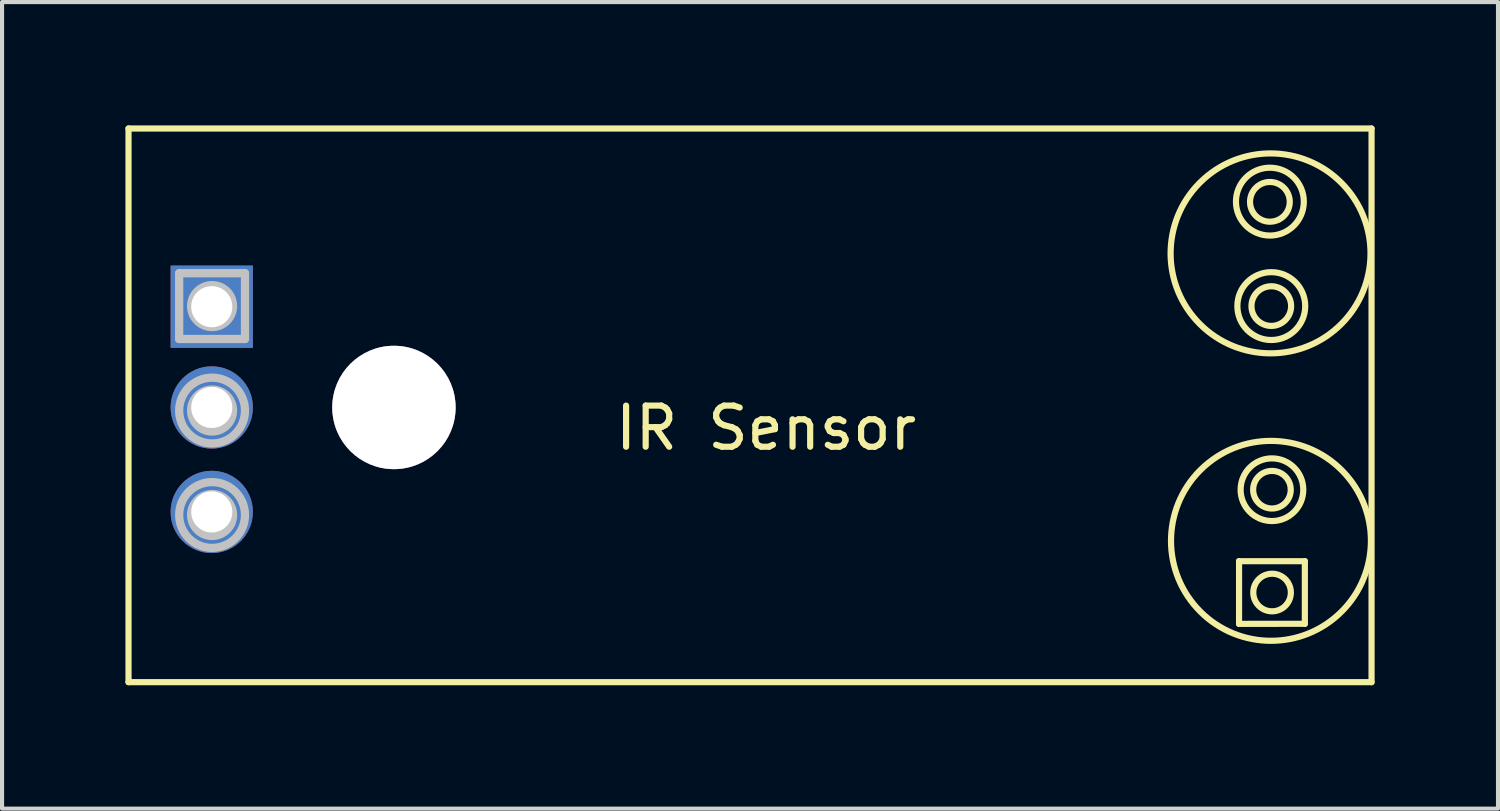
<source format=kicad_pcb>
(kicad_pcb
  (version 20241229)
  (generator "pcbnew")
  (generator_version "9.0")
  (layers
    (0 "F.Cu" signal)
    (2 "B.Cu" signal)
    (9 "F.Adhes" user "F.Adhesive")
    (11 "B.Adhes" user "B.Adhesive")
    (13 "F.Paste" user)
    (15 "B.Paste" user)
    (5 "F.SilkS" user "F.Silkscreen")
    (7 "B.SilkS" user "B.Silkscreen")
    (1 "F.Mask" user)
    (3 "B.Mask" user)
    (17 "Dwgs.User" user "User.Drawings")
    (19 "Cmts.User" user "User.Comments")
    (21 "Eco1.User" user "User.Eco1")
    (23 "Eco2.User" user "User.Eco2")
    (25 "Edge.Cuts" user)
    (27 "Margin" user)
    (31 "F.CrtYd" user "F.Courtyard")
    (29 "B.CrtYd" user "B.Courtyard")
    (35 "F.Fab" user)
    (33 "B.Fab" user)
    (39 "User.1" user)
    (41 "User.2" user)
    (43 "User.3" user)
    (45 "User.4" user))
  (footprint "IR Sensor"
    (layer "F.Cu")
    (at 15.579 6.858)
    (property "Reference" "IR Sensor" (at 0 0.5 0) (layer "F.SilkS") (effects (font (size 1 1) (thickness 0.15))))
    (attr through_hole)
    (fp_line (start -15.504 -6.783) (end -15.504 6.679) (stroke (width 0.15) (type solid)) (layer "F.SilkS"))
    (fp_line (start -15.504 -6.783) (end 14.722 -6.783) (stroke (width 0.15) (type solid)) (layer "F.SilkS"))
    (fp_line (start -15.504 6.68) (end 14.722 6.68) (stroke (width 0.15) (type solid)) (layer "F.SilkS"))
    (fp_line (start 11.5 3.738) (end 11.5 5.262) (stroke (width 0.15) (type solid)) (layer "F.SilkS"))
    (fp_line (start 11.5 3.738) (end 13.1 3.738) (stroke (width 0.15) (type solid)) (layer "F.SilkS"))
    (fp_line (start 13.1 5.26) (end 11.5 5.262) (stroke (width 0.15) (type solid)) (layer "F.SilkS"))
    (fp_line (start 13.1 5.262) (end 13.1 3.738) (stroke (width 0.15) (type solid)) (layer "F.SilkS"))
    (fp_line (start 14.722 -6.783) (end 14.722 6.679) (stroke (width 0.15) (type solid)) (layer "F.SilkS"))
    (fp_arc (start 10.646602 -5.558941) (mid 13.903881 -1.950522) (end 10.625692 -5.539955) (stroke (width 0.15) (type solid)) (layer "F.SilkS"))
    (fp_arc (start 10.656602 1.431059) (mid 13.913881 5.039478) (end 10.635692 1.450045) (stroke (width 0.15) (type solid)) (layer "F.SilkS"))
    (fp_circle (center 12.25 -5.005) (end 13.075 -5.005) (stroke (width 0.15) (type solid)) (fill no) (layer "F.SilkS"))
    (fp_circle (center 12.25 -5) (end 12.733 -5) (stroke (width 0.15) (type solid)) (fill no) (layer "F.SilkS"))
    (fp_circle (center 12.284 -2.465) (end 12.766 -2.465) (stroke (width 0.15) (type solid)) (fill no) (layer "F.SilkS"))
    (fp_circle (center 12.284 -2.465) (end 13.109 -2.465) (stroke (width 0.15) (type solid)) (fill no) (layer "F.SilkS"))
    (fp_circle (center 12.3 2) (end 12.757 2) (stroke (width 0.15) (type solid)) (fill no) (layer "F.SilkS"))
    (fp_circle (center 12.3 2) (end 13.062 2) (stroke (width 0.15) (type solid)) (fill no) (layer "F.SilkS"))
    (fp_circle (center 12.303 4.5) (end 12.76 4.5) (stroke (width 0.15) (type solid)) (fill no) (layer "F.SilkS"))
    (fp_line (start -14.272 -3.265) (end -12.672 -3.265) (stroke (width 0.2) (type solid)) (layer "Dwgs.User"))
    (fp_line (start -14.272 -1.665) (end -14.272 -3.265) (stroke (width 0.2) (type solid)) (layer "Dwgs.User"))
    (fp_line (start -12.672 -3.265) (end -12.672 -1.665) (stroke (width 0.2) (type solid)) (layer "Dwgs.User"))
    (fp_line (start -12.672 -1.665) (end -14.272 -1.665) (stroke (width 0.2) (type solid)) (layer "Dwgs.User"))
    (fp_circle (center -13.472 -2.465) (end -12.962 -2.465) (stroke (width 0.2) (type solid)) (fill no) (layer "Dwgs.User"))
    (fp_circle (center -13.472 0.075) (end -12.962 0.075) (stroke (width 0.2) (type solid)) (fill no) (layer "Dwgs.User"))
    (fp_circle (center -13.472 0.075) (end -12.672 0.075) (stroke (width 0.2) (type solid)) (fill no) (layer "Dwgs.User"))
    (fp_circle (center -13.472 2.615) (end -12.962 2.615) (stroke (width 0.2) (type solid)) (fill no) (layer "Dwgs.User"))
    (fp_circle (center -13.472 2.615) (end -12.672 2.615) (stroke (width 0.2) (type solid)) (fill no) (layer "Dwgs.User"))
    (pad "1" thru_hole rect (at -13.48 -2.45) (size 2 2) (drill 1) (layers "*.Cu" "*.Mask"))
    (pad "2" thru_hole circle (at -13.48 0) (size 2 2) (drill 1) (layers "*.Cu" "*.Mask"))
    (pad "3" thru_hole circle (at -13.48 2.54) (size 2 2) (drill 1) (layers "*.Cu" "*.Mask"))
    (pad "4" thru_hole circle (at -9.05 0) (size 3 3) (drill 3) (layers "*.Cu" "*.Mask")))
  (gr_rect
    (start -3 -3)
    (end 33.376 16.613)
    (stroke (width 0.1) (type default))
    (fill no)
    (layer "Edge.Cuts")))
</source>
